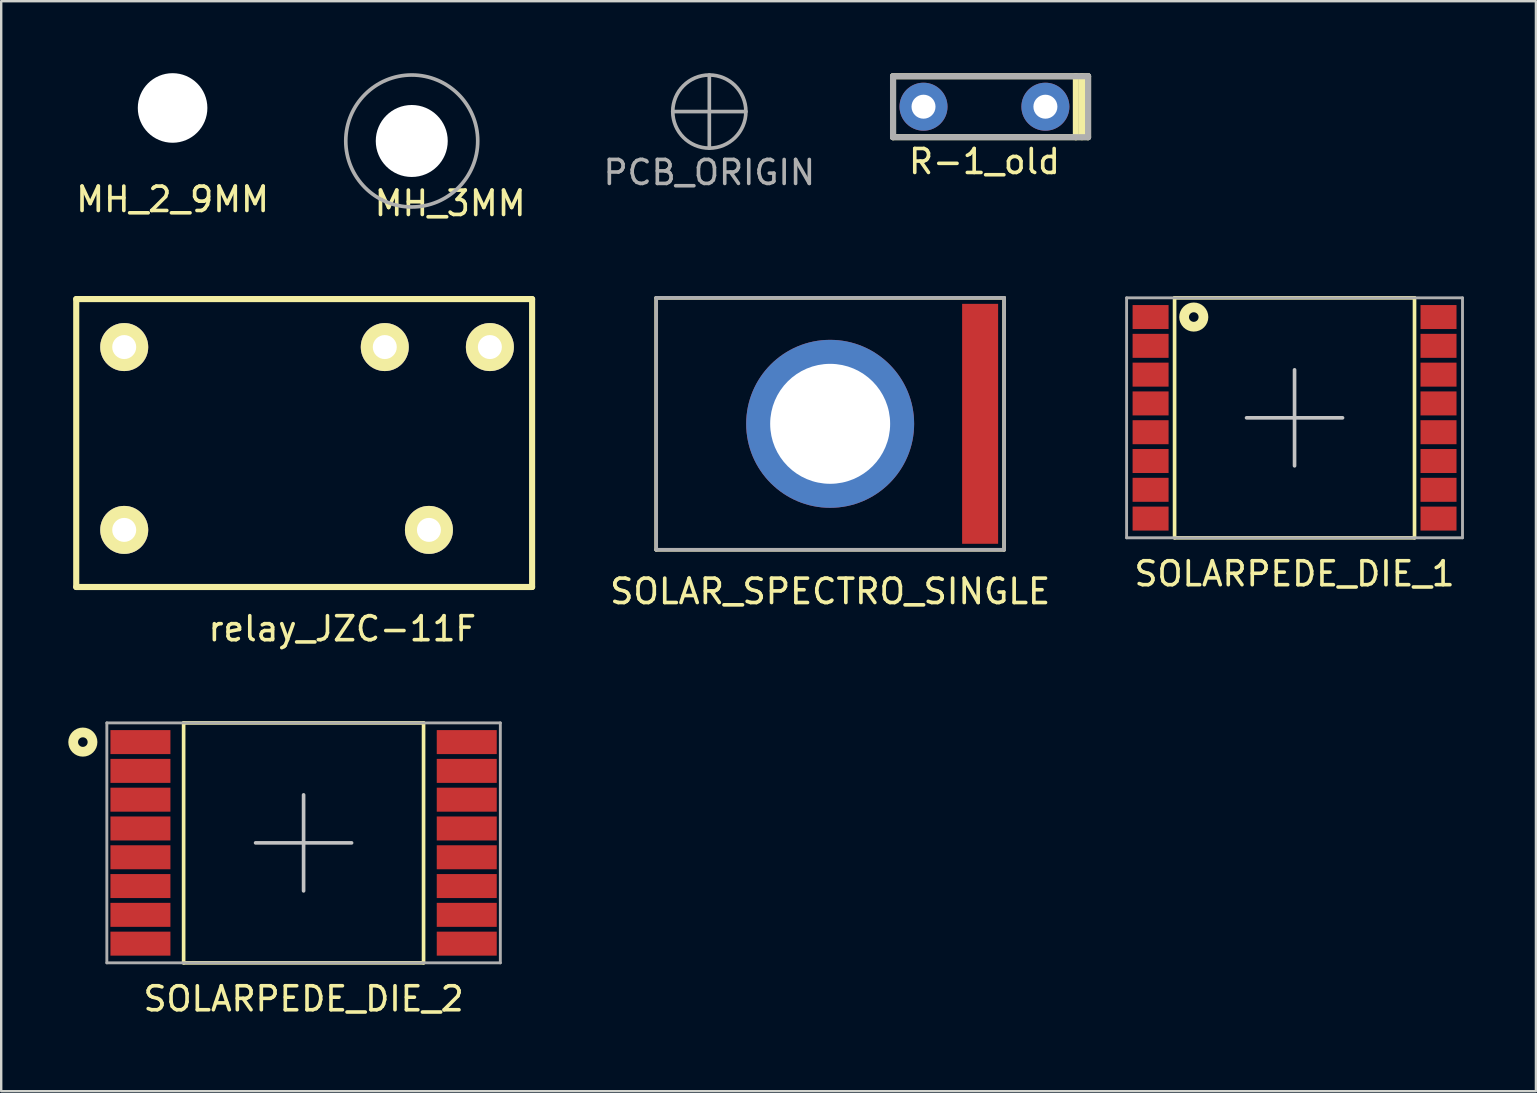
<source format=kicad_pcb>
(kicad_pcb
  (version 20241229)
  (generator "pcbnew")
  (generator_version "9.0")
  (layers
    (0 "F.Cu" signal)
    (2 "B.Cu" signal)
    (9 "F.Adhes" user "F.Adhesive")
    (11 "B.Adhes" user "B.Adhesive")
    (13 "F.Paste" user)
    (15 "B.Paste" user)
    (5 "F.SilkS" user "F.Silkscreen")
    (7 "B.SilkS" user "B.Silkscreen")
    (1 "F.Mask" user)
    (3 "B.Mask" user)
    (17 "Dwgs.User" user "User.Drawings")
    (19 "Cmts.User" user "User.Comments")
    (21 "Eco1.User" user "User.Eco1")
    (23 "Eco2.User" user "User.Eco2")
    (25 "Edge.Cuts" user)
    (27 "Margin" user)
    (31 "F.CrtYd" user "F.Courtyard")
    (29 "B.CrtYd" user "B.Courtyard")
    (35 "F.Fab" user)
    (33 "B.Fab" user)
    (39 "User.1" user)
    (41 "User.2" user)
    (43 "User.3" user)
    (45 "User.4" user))
  (footprint "SOLARPEDE_DIE_2"
    (layer "F.Cu")
    (at 9.603 32.079)
    (property "Reference" "SOLARPEDE_DIE_2" (at 0 6.5 0) (layer "F.SilkS") (effects (font (size 1 1) (thickness 0.15))))
    (attr through_hole)
    (fp_line (start -5 -5) (end 5 -5) (stroke (width 0.152) (type solid)) (layer "F.SilkS"))
    (fp_line (start -5 5) (end -5 -5) (stroke (width 0.152) (type solid)) (layer "F.SilkS"))
    (fp_line (start 5 -5) (end 5 5) (stroke (width 0.152) (type solid)) (layer "F.SilkS"))
    (fp_line (start 5 5) (end -5 5) (stroke (width 0.152) (type solid)) (layer "F.SilkS"))
    (fp_circle (center -9.2 -4.2) (end -9 -4.2) (stroke (width 0.406) (type solid)) (fill no) (layer "F.SilkS"))
    (fp_line (start -2 0) (end 2 0) (stroke (width 0.152) (type solid)) (layer "Dwgs.User"))
    (fp_line (start 0 -2) (end 0 2) (stroke (width 0.152) (type solid)) (layer "Dwgs.User"))
    (fp_line (start -8.2 -5) (end 8.2 -5) (stroke (width 0.12) (type solid)) (layer "F.Fab"))
    (fp_line (start -8.2 5) (end -8.2 -5) (stroke (width 0.12) (type solid)) (layer "F.Fab"))
    (fp_line (start 8.2 -5) (end 8.2 5) (stroke (width 0.12) (type solid)) (layer "F.Fab"))
    (fp_line (start 8.2 5) (end -8.2 5) (stroke (width 0.12) (type solid)) (layer "F.Fab"))
    (pad "1" smd rect (at -6.8 -4.2) (size 2.5 1) (layers "F.Cu" "F.Mask" "F.Paste"))
    (pad "2" smd rect (at -6.8 -3) (size 2.5 1) (layers "F.Cu" "F.Mask" "F.Paste"))
    (pad "3" smd rect (at -6.8 -1.8) (size 2.5 1) (layers "F.Cu" "F.Mask" "F.Paste"))
    (pad "4" smd rect (at -6.8 -0.6) (size 2.5 1) (layers "F.Cu" "F.Mask" "F.Paste"))
    (pad "5" smd rect (at -6.8 0.6) (size 2.5 1) (layers "F.Cu" "F.Mask" "F.Paste"))
    (pad "6" smd rect (at -6.8 1.8) (size 2.5 1) (layers "F.Cu" "F.Mask" "F.Paste"))
    (pad "7" smd rect (at -6.8 3) (size 2.5 1) (layers "F.Cu" "F.Mask" "F.Paste"))
    (pad "8" smd rect (at -6.8 4.2) (size 2.5 1) (layers "F.Cu" "F.Mask" "F.Paste"))
    (pad "9" smd rect (at 6.8 4.2) (size 2.5 1) (layers "F.Cu" "F.Mask" "F.Paste"))
    (pad "10" smd rect (at 6.8 3) (size 2.5 1) (layers "F.Cu" "F.Mask" "F.Paste"))
    (pad "11" smd rect (at 6.8 1.8) (size 2.5 1) (layers "F.Cu" "F.Mask" "F.Paste"))
    (pad "12" smd rect (at 6.8 0.6) (size 2.5 1) (layers "F.Cu" "F.Mask" "F.Paste"))
    (pad "13" smd rect (at 6.8 -0.6) (size 2.5 1) (layers "F.Cu" "F.Mask" "F.Paste"))
    (pad "14" smd rect (at 6.8 -1.8) (size 2.5 1) (layers "F.Cu" "F.Mask" "F.Paste"))
    (pad "15" smd rect (at 6.8 -3) (size 2.5 1) (layers "F.Cu" "F.Mask" "F.Paste"))
    (pad "16" smd rect (at 6.8 -4.2) (size 2.5 1) (layers "F.Cu" "F.Mask" "F.Paste")))
  (footprint "PCB_ORIGIN"
    (layer "F.Cu")
    (at 26.513 1.6)
    (property "Reference" "PCB_ORIGIN" (at 0 2.54 0) (layer "F.Fab") (effects (font (size 1 1) (thickness 0.15))))
    (attr through_hole)
    (fp_line (start 0 -1.524) (end 0 1.524) (stroke (width 0.152) (type solid)) (layer "F.Fab"))
    (fp_line (start 1.524 0) (end -1.524 0) (stroke (width 0.152) (type solid)) (layer "F.Fab"))
    (fp_circle (center 0 0) (end 0 1.524) (stroke (width 0.152) (type solid)) (fill no) (layer "F.Fab")))
  (footprint "R-1_old"
    (layer "F.Cu")
    (at 37.98 1.397)
    (property "Reference" "R-1_old" (at 0 2.286 0) (layer "F.SilkS") (effects (font (size 1 1) (thickness 0.15))))
    (attr through_hole)
    (fp_line (start -3.81 -1.27) (end 3.81 -1.27) (stroke (width 0.254) (type solid)) (layer "F.SilkS"))
    (fp_line (start -3.81 1.27) (end -3.81 -1.27) (stroke (width 0.254) (type solid)) (layer "F.SilkS"))
    (fp_line (start 3.81 -1.27) (end 3.81 1.27) (stroke (width 0.254) (type solid)) (layer "F.SilkS"))
    (fp_line (start 3.81 1.27) (end -3.81 1.27) (stroke (width 0.254) (type solid)) (layer "F.SilkS"))
    (fp_line (start 3.81 1.27) (end 4.318 1.27) (stroke (width 0.254) (type solid)) (layer "F.SilkS"))
    (fp_line (start 4.064 -1.27) (end 4.064 1.27) (stroke (width 0.254) (type solid)) (layer "F.SilkS"))
    (fp_line (start 4.318 -1.27) (end 3.81 -1.27) (stroke (width 0.254) (type solid)) (layer "F.SilkS"))
    (fp_line (start 4.318 -1.27) (end 4.318 1.27) (stroke (width 0.254) (type solid)) (layer "F.SilkS"))
    (fp_line (start -3.81 -1.27) (end 4.318 -1.27) (stroke (width 0.254) (type solid)) (layer "F.Fab"))
    (fp_line (start -3.81 1.27) (end -3.81 -1.27) (stroke (width 0.254) (type solid)) (layer "F.Fab"))
    (fp_line (start 4.318 -1.27) (end 4.318 1.27) (stroke (width 0.254) (type solid)) (layer "F.Fab"))
    (fp_line (start 4.318 1.27) (end -3.81 1.27) (stroke (width 0.254) (type solid)) (layer "F.Fab"))
    (pad "1" thru_hole circle (at -2.54 0) (size 2 2) (drill 1) (layers "*.Cu" "*.Mask"))
    (pad "2" thru_hole circle (at 2.54 0) (size 2 2) (drill 1) (layers "*.Cu" "*.Mask")))
  (footprint "SOLAR_SPECTRO_SINGLE"
    (layer "F.Cu")
    (at 31.549 14.614)
    (property "Reference" "SOLAR_SPECTRO_SINGLE" (at 0 6.985 0) (layer "F.SilkS") (effects (font (size 1.016 1.016) (thickness 0.152))))
    (attr through_hole)
    (fp_line (start -7.25 -5.25) (end 7.25 -5.25) (stroke (width 0.152) (type solid)) (layer "F.SilkS"))
    (fp_line (start -7.25 5.25) (end -7.25 -5.25) (stroke (width 0.15) (type solid)) (layer "F.SilkS"))
    (fp_line (start 7.25 -5.25) (end 7.25 5.25) (stroke (width 0.15) (type solid)) (layer "F.SilkS"))
    (fp_line (start 7.25 5.25) (end -7.25 5.25) (stroke (width 0.15) (type solid)) (layer "F.SilkS"))
    (fp_line (start -7.25 -5.25) (end -7.25 5.25) (stroke (width 0.152) (type solid)) (layer "F.Fab"))
    (fp_line (start 7.25 -5.25) (end -7.25 -5.25) (stroke (width 0.152) (type solid)) (layer "F.Fab"))
    (fp_line (start 7.25 -5.25) (end 7.25 5.25) (stroke (width 0.152) (type solid)) (layer "F.Fab"))
    (fp_line (start 7.25 5.25) (end -7.25 5.25) (stroke (width 0.152) (type solid)) (layer "F.Fab"))
    (pad "1" thru_hole circle (at 0 0) (size 7 7) (drill 5) (layers "*.Mask" "B.Cu"))
    (pad "2" smd rect (at 6.25 0) (size 1.5 10) (layers "F.Cu" "F.Mask" "F.Paste")))
  (footprint "relay_JZC-11F"
    (layer "F.Cu")
    (at 2.127 11.415)
    (property "Reference" "relay_JZC-11F" (at 9.09 11.74 0) (layer "F.SilkS") (effects (font (size 1 1) (thickness 0.15))))
    (attr through_hole)
    (fp_line (start -2 -2) (end -2 10) (stroke (width 0.254) (type solid)) (layer "F.SilkS"))
    (fp_line (start -2 10) (end 17 10) (stroke (width 0.254) (type solid)) (layer "F.SilkS"))
    (fp_line (start 17 -2) (end -2 -2) (stroke (width 0.254) (type solid)) (layer "F.SilkS"))
    (fp_line (start 17 10) (end 17 -2) (stroke (width 0.254) (type solid)) (layer "F.SilkS"))
    (pad "1" thru_hole circle (at 0 0) (size 2 2) (drill 1) (layers "*.Cu" "*.Mask" "F.SilkS"))
    (pad "2" thru_hole circle (at 0 7.62) (size 2 2) (drill 1) (layers "*.Cu" "*.Mask" "F.SilkS"))
    (pad "3" thru_hole circle (at 10.86 0) (size 2 2) (drill 1) (layers "*.Cu" "*.Mask" "F.SilkS"))
    (pad "4" thru_hole circle (at 15.24 0) (size 2 2) (drill 1) (layers "*.Cu" "*.Mask" "F.SilkS"))
    (pad "5" thru_hole circle (at 12.7 7.62) (size 2 2) (drill 1) (layers "*.Cu" "*.Mask" "F.SilkS")))
  (footprint "MH_2_9MM"
    (layer "F.Cu")
    (at 4.143 1.45)
    (property "Reference" "MH_2_9MM" (at 0 3.81 0) (layer "F.SilkS") (effects (font (size 1.016 1.016) (thickness 0.152))))
    (attr through_hole)
    (pad "" np_thru_hole circle (at 0 0) (size 2.9 2.9) (drill 2.9) (layers "*.Cu" "*.Mask")))
  (footprint "MH_3MM"
    (layer "F.Cu")
    (at 14.111 2.826)
    (property "Reference" "MH_3MM" (at 1.6 2.6 0) (layer "F.SilkS") (effects (font (size 1.016 1.016) (thickness 0.152))))
    (attr through_hole)
    (fp_circle (center 0 0) (end 2.75 0) (stroke (width 0.152) (type solid)) (fill no) (layer "F.Fab"))
    (pad "" np_thru_hole circle (at 0 0) (size 3 3) (drill 3) (layers "*.Cu" "*.Mask")))
  (footprint "SOLARPEDE_DIE_1"
    (layer "F.Cu")
    (at 50.904 14.364)
    (property "Reference" "SOLARPEDE_DIE_1" (at 0 6.5 0) (layer "F.SilkS") (effects (font (size 1 1) (thickness 0.15))))
    (attr smd)
    (fp_line (start -5 -5) (end 5 -5) (stroke (width 0.152) (type solid)) (layer "F.SilkS"))
    (fp_line (start -5 5) (end -5 -5) (stroke (width 0.152) (type solid)) (layer "F.SilkS"))
    (fp_line (start 5 -5) (end 5 5) (stroke (width 0.152) (type solid)) (layer "F.SilkS"))
    (fp_line (start 5 5) (end -5 5) (stroke (width 0.152) (type solid)) (layer "F.SilkS"))
    (fp_circle (center -4.2 -4.2) (end -4 -4.2) (stroke (width 0.406) (type solid)) (fill no) (layer "F.SilkS"))
    (fp_line (start -2 0) (end 2 0) (stroke (width 0.152) (type solid)) (layer "Dwgs.User"))
    (fp_line (start 0 -2) (end 0 2) (stroke (width 0.152) (type solid)) (layer "Dwgs.User"))
    (fp_line (start -7 -5) (end 7 -5) (stroke (width 0.12) (type solid)) (layer "F.Fab"))
    (fp_line (start -7 5) (end -7 -5) (stroke (width 0.12) (type solid)) (layer "F.Fab"))
    (fp_line (start 7 -5) (end 7 5) (stroke (width 0.12) (type solid)) (layer "F.Fab"))
    (fp_line (start 7 5) (end -7 5) (stroke (width 0.12) (type solid)) (layer "F.Fab"))
    (pad "1" smd rect (at -6 -4.2) (size 1.5 1) (layers "F.Cu" "F.Mask" "F.Paste"))
    (pad "2" smd rect (at -6 -3) (size 1.5 1) (layers "F.Cu" "F.Mask" "F.Paste"))
    (pad "3" smd rect (at -6 -1.8) (size 1.5 1) (layers "F.Cu" "F.Mask" "F.Paste"))
    (pad "4" smd rect (at -6 -0.6) (size 1.5 1) (layers "F.Cu" "F.Mask" "F.Paste"))
    (pad "5" smd rect (at -6 0.6) (size 1.5 1) (layers "F.Cu" "F.Mask" "F.Paste"))
    (pad "6" smd rect (at -6 1.8) (size 1.5 1) (layers "F.Cu" "F.Mask" "F.Paste"))
    (pad "7" smd rect (at -6 3) (size 1.5 1) (layers "F.Cu" "F.Mask" "F.Paste"))
    (pad "8" smd rect (at -6 4.2) (size 1.5 1) (layers "F.Cu" "F.Mask" "F.Paste"))
    (pad "9" smd rect (at 6 4.2) (size 1.5 1) (layers "F.Cu" "F.Mask" "F.Paste"))
    (pad "10" smd rect (at 6 3) (size 1.5 1) (layers "F.Cu" "F.Mask" "F.Paste"))
    (pad "11" smd rect (at 6 1.8) (size 1.5 1) (layers "F.Cu" "F.Mask" "F.Paste"))
    (pad "12" smd rect (at 6 0.6) (size 1.5 1) (layers "F.Cu" "F.Mask" "F.Paste"))
    (pad "13" smd rect (at 6 -0.6) (size 1.5 1) (layers "F.Cu" "F.Mask" "F.Paste"))
    (pad "14" smd rect (at 6 -1.8) (size 1.5 1) (layers "F.Cu" "F.Mask" "F.Paste"))
    (pad "15" smd rect (at 6 -3) (size 1.5 1) (layers "F.Cu" "F.Mask" "F.Paste"))
    (pad "16" smd rect (at 6 -4.2) (size 1.5 1) (layers "F.Cu" "F.Mask" "F.Paste")))
  (gr_rect
    (start -3 -3)
    (end 60.964 42.428)
    (stroke (width 0.1) (type default))
    (fill no)
    (layer "Edge.Cuts")))
</source>
